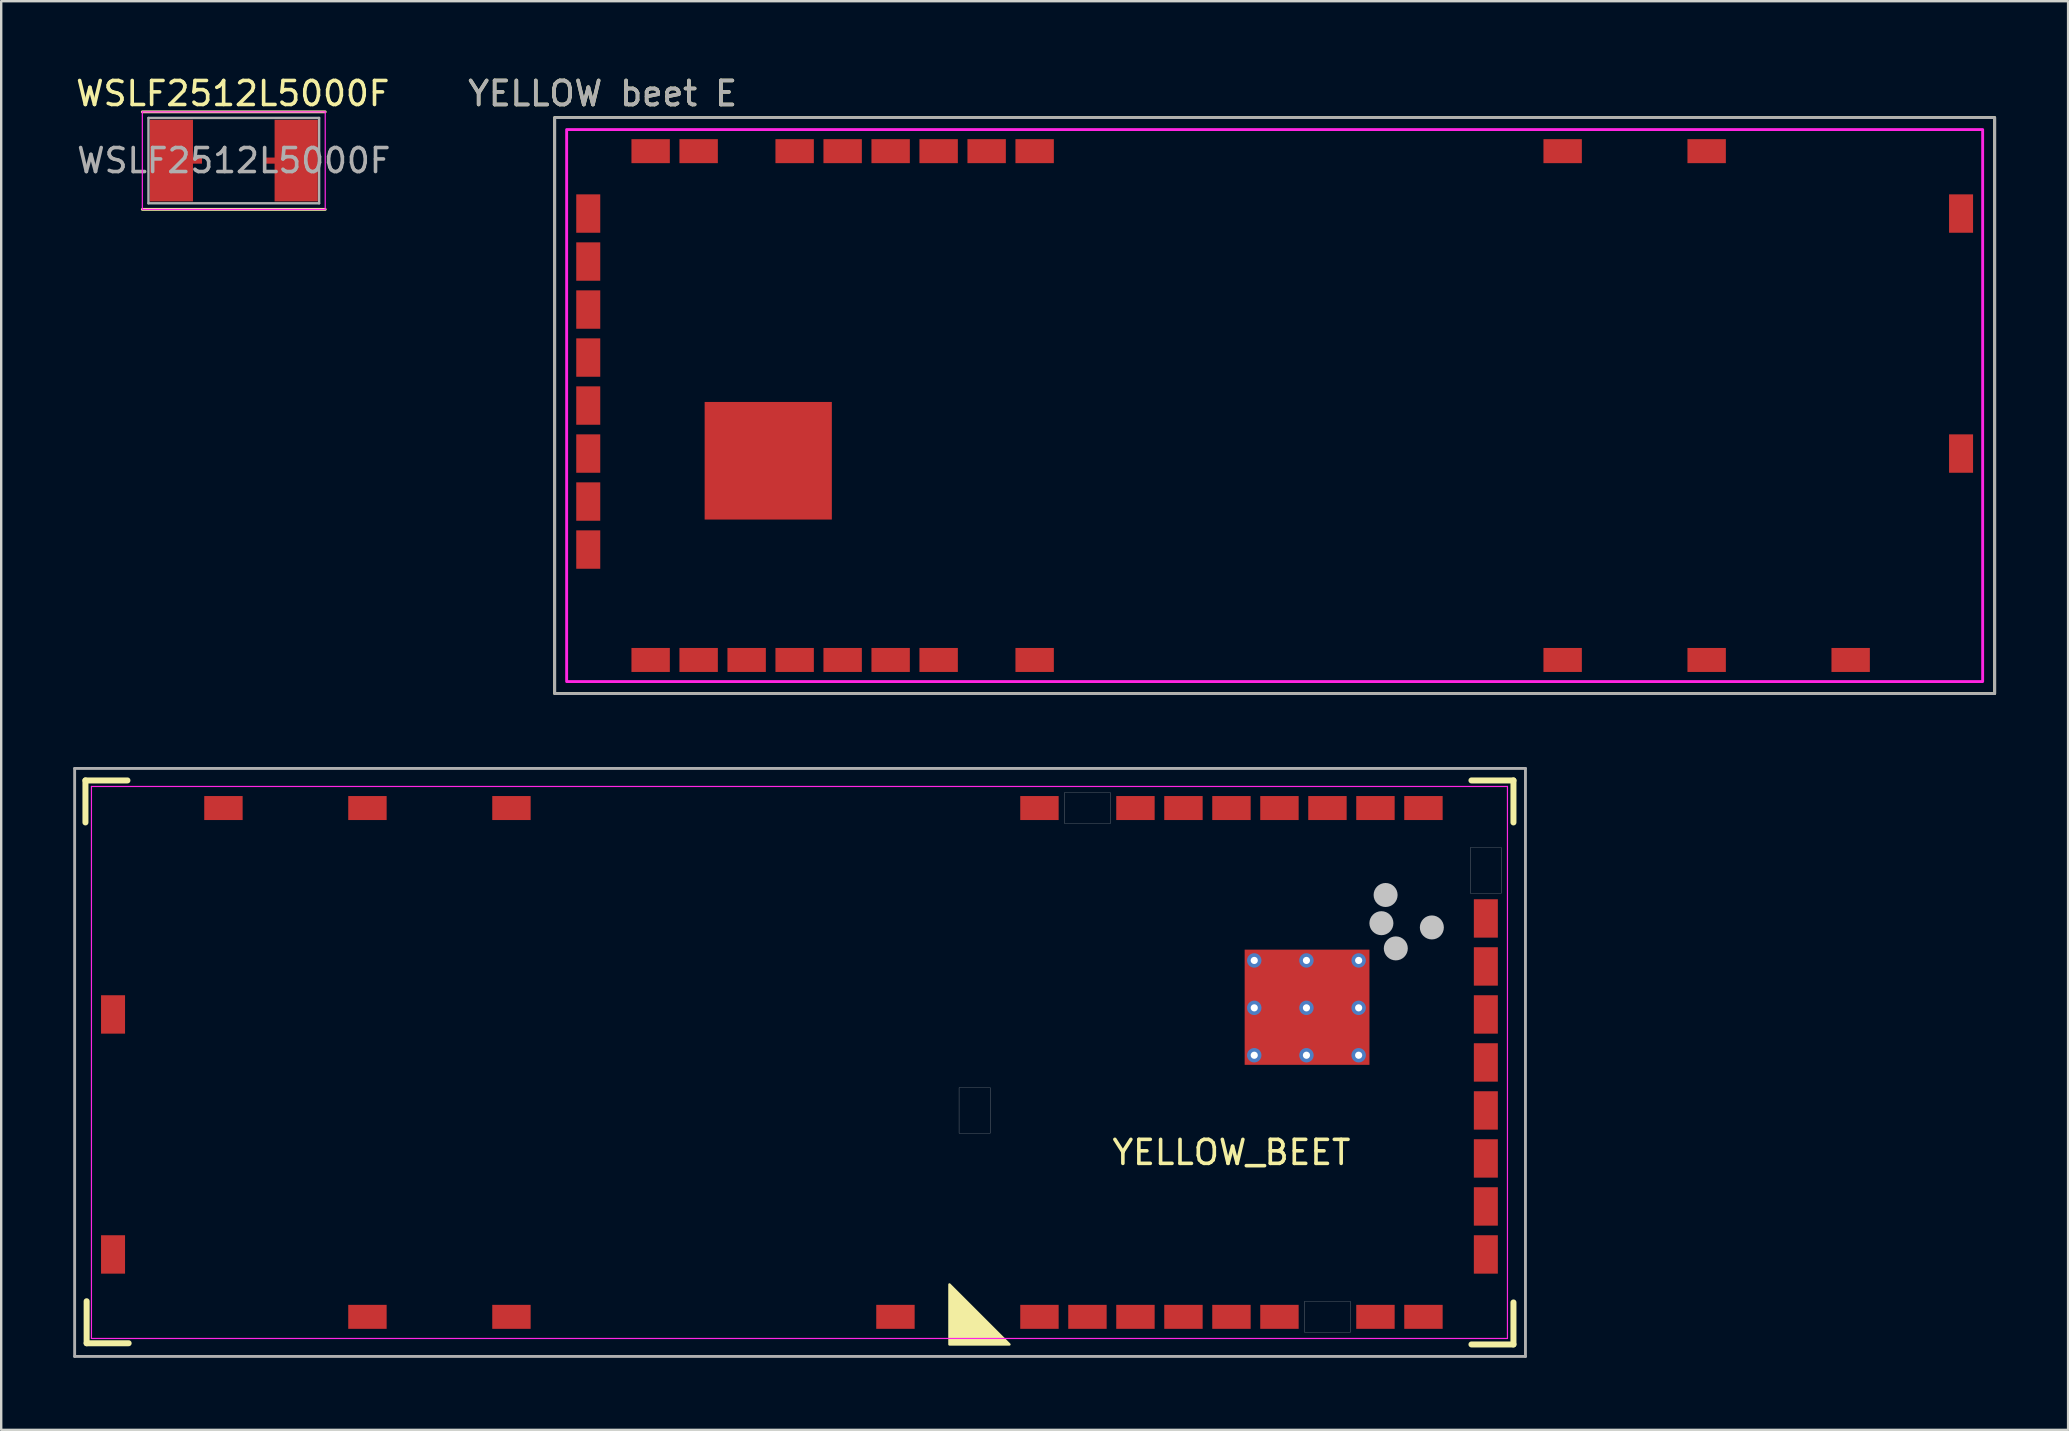
<source format=kicad_pcb>
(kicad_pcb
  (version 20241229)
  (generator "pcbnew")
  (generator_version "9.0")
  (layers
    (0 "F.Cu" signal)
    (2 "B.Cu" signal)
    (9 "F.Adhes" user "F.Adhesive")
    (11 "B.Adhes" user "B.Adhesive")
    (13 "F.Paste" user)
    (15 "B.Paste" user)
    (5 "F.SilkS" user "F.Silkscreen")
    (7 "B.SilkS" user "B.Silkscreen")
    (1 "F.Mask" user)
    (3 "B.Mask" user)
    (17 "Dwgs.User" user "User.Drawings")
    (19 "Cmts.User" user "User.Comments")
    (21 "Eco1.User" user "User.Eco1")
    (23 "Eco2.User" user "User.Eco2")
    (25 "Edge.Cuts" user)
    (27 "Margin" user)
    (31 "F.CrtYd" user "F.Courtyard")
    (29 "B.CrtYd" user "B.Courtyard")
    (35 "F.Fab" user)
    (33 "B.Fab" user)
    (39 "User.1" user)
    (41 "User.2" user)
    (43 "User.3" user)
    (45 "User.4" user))
  (footprint "WSLF2512L5000F"
    (layer "F.Cu")
    (at 6.691 3.642)
    (property "Reference" "WSLF2512L5000F" (at -0.042 -2.794 0) (layer "F.SilkS") (effects (font (size 1 1) (thickness 0.15))))
    (attr smd)
    (fp_line (start -3.81 -2.032) (end 3.81 -2.032) (stroke (width 0.12) (type solid)) (layer "F.SilkS"))
    (fp_line (start -3.81 2.032) (end 3.81 2.032) (stroke (width 0.12) (type solid)) (layer "F.SilkS"))
    (fp_line (start -3.81 -2.032) (end -3.81 2.032) (stroke (width 0.05) (type solid)) (layer "F.CrtYd"))
    (fp_line (start -3.81 -2.032) (end 3.81 -2.032) (stroke (width 0.05) (type solid)) (layer "F.CrtYd"))
    (fp_line (start -3.81 2.032) (end 3.81 2.032) (stroke (width 0.05) (type solid)) (layer "F.CrtYd"))
    (fp_line (start 3.81 -2.032) (end 3.81 2.032) (stroke (width 0.05) (type solid)) (layer "F.CrtYd"))
    (fp_line (start -3.556 -1.778) (end -3.556 1.778) (stroke (width 0.1) (type solid)) (layer "F.Fab"))
    (fp_line (start -3.556 -1.778) (end 3.556 -1.778) (stroke (width 0.1) (type solid)) (layer "F.Fab"))
    (fp_line (start -3.556 1.778) (end 3.556 1.778) (stroke (width 0.1) (type solid)) (layer "F.Fab"))
    (fp_line (start 3.556 -1.778) (end 3.556 1.778) (stroke (width 0.1) (type solid)) (layer "F.Fab"))
    (fp_text user "${REFERENCE}" (at 0 0 0) (layer "F.Fab") (effects (font (size 1 1) (thickness 0.15))))
    (pad "1" smd rect (at -2.6 0) (size 1.8 3.4) (layers "F.Cu" "F.Mask" "F.Paste"))
    (pad "2" smd rect (at -1.7 0) (size 0.75 0.254) (layers "F.Cu" "F.Mask" "F.Paste"))
    (pad "3" smd rect (at 1.7 0) (size 0.75 0.254) (layers "F.Cu" "F.Mask" "F.Paste"))
    (pad "4" smd rect (at 2.6 0) (size 1.8 3.4) (layers "F.Cu" "F.Mask" "F.Paste")))
  (footprint "YELLOW_BEET"
    (layer "F.Cu")
    (at 48.26 41.218)
    (property "Reference" "YELLOW_BEET" (at 0 3.75 0) (layer "F.SilkS") (effects (font (size 1 1) (thickness 0.15))))
    (attr through_hole)
    (fp_line (start -47.75 -11.75) (end -47.75 -10) (stroke (width 0.25) (type solid)) (layer "F.SilkS"))
    (fp_line (start -47.7 9.95) (end -47.7 11.7) (stroke (width 0.25) (type solid)) (layer "F.SilkS"))
    (fp_line (start -47.7 11.7) (end -45.95 11.7) (stroke (width 0.25) (type solid)) (layer "F.SilkS"))
    (fp_line (start -46 -11.75) (end -47.75 -11.75) (stroke (width 0.25) (type solid)) (layer "F.SilkS"))
    (fp_line (start 10 11.75) (end 11.75 11.75) (stroke (width 0.25) (type solid)) (layer "F.SilkS"))
    (fp_line (start 11.75 -11.75) (end 10 -11.75) (stroke (width 0.25) (type solid)) (layer "F.SilkS"))
    (fp_line (start 11.75 -10) (end 11.75 -11.75) (stroke (width 0.25) (type solid)) (layer "F.SilkS"))
    (fp_line (start 11.75 11.75) (end 11.75 10) (stroke (width 0.25) (type solid)) (layer "F.SilkS"))
    (fp_poly (pts (xy -9.25 11.75) (xy -11.75 11.75) (xy -11.75 9.25)) (stroke (width 0.1) (type solid)) (fill yes) (layer "F.SilkS"))
    (fp_poly (pts (xy 2.9 -4.4) (xy 2.9 -2.5) (xy 0.9 -2.5) (xy 0.9 -4.4)) (stroke (width 0.01) (type solid)) (fill yes) (layer "F.Paste"))
    (fp_poly (pts (xy 2.9 -2.1) (xy 2.9 -0.2) (xy 0.9 -0.2) (xy 0.9 -2.1)) (stroke (width 0.01) (type solid)) (fill yes) (layer "F.Paste"))
    (fp_poly (pts (xy 5.3 -4.4) (xy 5.3 -2.5) (xy 3.3 -2.5) (xy 3.3 -4.4)) (stroke (width 0.01) (type solid)) (fill yes) (layer "F.Paste"))
    (fp_poly (pts (xy 5.3 -2.1) (xy 5.3 -0.2) (xy 3.3 -0.2) (xy 3.3 -2.1)) (stroke (width 0.01) (type solid)) (fill yes) (layer "F.Paste"))
    (fp_circle (center 6.248 -5.802) (end 6.498 -5.802) (stroke (width 0.5) (type solid)) (fill no) (layer "Dwgs.User"))
    (fp_circle (center 6.423 -6.977) (end 6.673 -6.977) (stroke (width 0.5) (type solid)) (fill no) (layer "Dwgs.User"))
    (fp_circle (center 6.848 -4.752) (end 7.098 -4.752) (stroke (width 0.5) (type solid)) (fill no) (layer "Dwgs.User"))
    (fp_circle (center 8.35 -5.625) (end 8.6 -5.625) (stroke (width 0.5) (type solid)) (fill no) (layer "Dwgs.User"))
    (fp_poly (pts (xy -10.05 1.05) (xy -10.05 2.95) (xy -11.35 2.95) (xy -11.35 1.05)) (stroke (width 0.01) (type solid)) (fill no) (layer "Dwgs.User"))
    (fp_poly (pts (xy -5.05 -9.95) (xy -6.95 -9.95) (xy -6.95 -11.25) (xy -5.05 -11.25)) (stroke (width 0.01) (type solid)) (fill no) (layer "Dwgs.User"))
    (fp_poly (pts (xy 4.95 11.25) (xy 3.05 11.25) (xy 3.05 9.95) (xy 4.95 9.95)) (stroke (width 0.01) (type solid)) (fill no) (layer "Dwgs.User"))
    (fp_poly (pts (xy 11.25 -8.95) (xy 11.25 -7.05) (xy 9.95 -7.05) (xy 9.95 -8.95)) (stroke (width 0.01) (type solid)) (fill no) (layer "Dwgs.User"))
    (fp_line (start -47.5 -11.5) (end -47.5 11.5) (stroke (width 0.05) (type solid)) (layer "F.CrtYd"))
    (fp_line (start -47.5 11.5) (end 11.5 11.5) (stroke (width 0.05) (type solid)) (layer "F.CrtYd"))
    (fp_line (start 11.5 -11.5) (end -47.5 -11.5) (stroke (width 0.05) (type solid)) (layer "F.CrtYd"))
    (fp_line (start 11.5 11.5) (end 11.5 -11.5) (stroke (width 0.05) (type solid)) (layer "F.CrtYd"))
    (fp_line (start -48.2 -12.25) (end -48.2 12.25) (stroke (width 0.12) (type solid)) (layer "F.Fab"))
    (fp_line (start -48.2 12.25) (end 12.25 12.25) (stroke (width 0.12) (type solid)) (layer "F.Fab"))
    (fp_line (start 12.25 -12.25) (end -48.2 -12.25) (stroke (width 0.12) (type solid)) (layer "F.Fab"))
    (fp_line (start 12.25 12.25) (end 12.25 -12.25) (stroke (width 0.12) (type solid)) (layer "F.Fab"))
    (pad "1" smd rect (at -8 10.6) (size 1.6 1) (layers "F.Cu" "F.Mask" "F.Paste"))
    (pad "2" smd rect (at -6 10.6) (size 1.6 1) (layers "F.Cu" "F.Mask" "F.Paste"))
    (pad "3" smd rect (at -4 10.6) (size 1.6 1) (layers "F.Cu" "F.Mask" "F.Paste"))
    (pad "4" smd rect (at -2 10.6) (size 1.6 1) (layers "F.Cu" "F.Mask" "F.Paste"))
    (pad "5" smd rect (at 0 10.6) (size 1.6 1) (layers "F.Cu" "F.Mask" "F.Paste"))
    (pad "6" smd rect (at 2 10.6) (size 1.6 1) (layers "F.Cu" "F.Mask" "F.Paste"))
    (pad "7" smd rect (at 6 10.6) (size 1.6 1) (layers "F.Cu" "F.Mask" "F.Paste"))
    (pad "8" smd rect (at 8 10.6) (size 1.6 1) (layers "F.Cu" "F.Mask" "F.Paste"))
    (pad "9" smd rect (at 10.6 8) (size 1 1.6) (layers "F.Cu" "F.Mask" "F.Paste"))
    (pad "10" smd rect (at 10.6 6) (size 1 1.6) (layers "F.Cu" "F.Mask" "F.Paste"))
    (pad "11" smd rect (at 10.6 4) (size 1 1.6) (layers "F.Cu" "F.Mask" "F.Paste"))
    (pad "12" smd rect (at 10.6 2) (size 1 1.6) (layers "F.Cu" "F.Mask" "F.Paste"))
    (pad "13" smd rect (at 10.6 0) (size 1 1.6) (layers "F.Cu" "F.Mask" "F.Paste"))
    (pad "14" smd rect (at 10.6 -2) (size 1 1.6) (layers "F.Cu" "F.Mask" "F.Paste"))
    (pad "15" smd rect (at 10.6 -4) (size 1 1.6) (layers "F.Cu" "F.Mask" "F.Paste"))
    (pad "16" smd rect (at 10.6 -6) (size 1 1.6) (layers "F.Cu" "F.Mask" "F.Paste"))
    (pad "17" smd rect (at 8 -10.6) (size 1.6 1) (layers "F.Cu" "F.Mask" "F.Paste"))
    (pad "18" smd rect (at 6 -10.6) (size 1.6 1) (layers "F.Cu" "F.Mask" "F.Paste"))
    (pad "19" smd rect (at 4 -10.6) (size 1.6 1) (layers "F.Cu" "F.Mask" "F.Paste"))
    (pad "20" smd rect (at 2 -10.6) (size 1.6 1) (layers "F.Cu" "F.Mask" "F.Paste"))
    (pad "21" smd rect (at 0 -10.6) (size 1.6 1) (layers "F.Cu" "F.Mask" "F.Paste"))
    (pad "22" smd rect (at -2 -10.6) (size 1.6 1) (layers "F.Cu" "F.Mask" "F.Paste"))
    (pad "23" smd rect (at -4 -10.6) (size 1.6 1) (layers "F.Cu" "F.Mask" "F.Paste"))
    (pad "24" smd rect (at -8 -10.6) (size 1.6 1) (layers "F.Cu" "F.Mask" "F.Paste"))
    (pad "25" smd rect (at -30 -10.6) (size 1.6 1) (layers "F.Cu" "F.Mask" "F.Paste"))
    (pad "26" smd rect (at -36 -10.6) (size 1.6 1) (layers "F.Cu" "F.Mask" "F.Paste"))
    (pad "27" smd rect (at -42 -10.6) (size 1.6 1) (layers "F.Cu" "F.Mask" "F.Paste"))
    (pad "28" smd rect (at -46.6 -2) (size 1 1.6) (layers "F.Cu" "F.Mask" "F.Paste"))
    (pad "29" smd rect (at -46.6 8) (size 1 1.6) (layers "F.Cu" "F.Mask" "F.Paste"))
    (pad "30" smd rect (at -36 10.6) (size 1.6 1) (layers "F.Cu" "F.Mask" "F.Paste"))
    (pad "31" smd rect (at -30 10.6) (size 1.6 1) (layers "F.Cu" "F.Mask" "F.Paste"))
    (pad "32" smd rect (at -14 10.6) (size 1.6 1) (layers "F.Cu" "F.Mask" "F.Paste"))
    (pad "33" thru_hole circle (at 0.95 -4.25) (size 0.6 0.6) (drill 0.3) (layers "*.Cu" "*.Mask"))
    (pad "33" thru_hole circle (at 0.95 -2.275) (size 0.6 0.6) (drill 0.3) (layers "*.Cu" "*.Mask"))
    (pad "33" thru_hole circle (at 0.95 -0.3) (size 0.6 0.6) (drill 0.3) (layers "*.Cu" "*.Mask"))
    (pad "33" thru_hole circle (at 3.125 -4.25) (size 0.6 0.6) (drill 0.3) (layers "*.Cu" "*.Mask"))
    (pad "33" thru_hole circle (at 3.125 -2.275) (size 0.6 0.6) (drill 0.3) (layers "*.Cu" "*.Mask"))
    (pad "33" thru_hole circle (at 3.125 -0.3) (size 0.6 0.6) (drill 0.3) (layers "*.Cu" "*.Mask"))
    (pad "33" smd rect (at 3.15 -2.3) (size 5.2 4.8) (layers "*.Mask" "F.Cu"))
    (pad "33" thru_hole circle (at 5.3 -4.25) (size 0.6 0.6) (drill 0.3) (layers "*.Cu" "*.Mask"))
    (pad "33" thru_hole circle (at 5.3 -2.275) (size 0.6 0.6) (drill 0.3) (layers "*.Cu" "*.Mask"))
    (pad "33" thru_hole circle (at 5.3 -0.3) (size 0.6 0.6) (drill 0.3) (layers "*.Cu" "*.Mask")))
  (footprint "YELLOW beet E"
    (layer "F.Cu")
    (at 20.56 2.348)
    (property "Reference" "YELLOW beet E" (at 1.5 -1.5 0) (unlocked yes) (layer "F.SilkS") (effects (font (size 1 1) (thickness 0.15))))
    (attr smd)
    (fp_rect (start -0.5 -0.5) (end 59.5 23.5) (stroke (width 0.12) (type solid)) (fill no) (layer "F.SilkS"))
    (fp_rect (start 5.75 11.35) (end 8.2 13.6) (stroke (width 0) (type solid)) (fill yes) (layer "F.Paste"))
    (fp_rect (start 5.75 14) (end 8.2 16.24) (stroke (width 0) (type solid)) (fill yes) (layer "F.Paste"))
    (fp_rect (start 8.6 11.35) (end 11.05 13.6) (stroke (width 0) (type solid)) (fill yes) (layer "F.Paste"))
    (fp_rect (start 8.6 14) (end 11.05 16.24) (stroke (width 0) (type solid)) (fill yes) (layer "F.Paste"))
    (fp_rect (start 0 0) (end 59 23) (stroke (width 0.12) (type solid)) (fill no) (layer "F.CrtYd"))
    (fp_rect (start -0.5 -0.5) (end 59.5 23.5) (stroke (width 0.12) (type solid)) (fill no) (layer "F.Fab"))
    (fp_text user "${REFERENCE}" (at 1.5 -1.5 0) (unlocked yes) (layer "F.Fab") (effects (font (size 1 1) (thickness 0.15))))
    (pad "1" smd rect (at 19.5 0.9 180) (size 1.6 1) (layers "F.Cu" "F.Mask" "F.Paste"))
    (pad "2" smd rect (at 17.5 0.9 180) (size 1.6 1) (layers "F.Cu" "F.Mask" "F.Paste"))
    (pad "3" smd rect (at 15.5 0.9 180) (size 1.6 1) (layers "F.Cu" "F.Mask" "F.Paste"))
    (pad "4" smd rect (at 13.5 0.9 180) (size 1.6 1) (layers "F.Cu" "F.Mask" "F.Paste"))
    (pad "5" smd rect (at 11.5 0.9 180) (size 1.6 1) (layers "F.Cu" "F.Mask" "F.Paste"))
    (pad "6" smd rect (at 9.5 0.9 180) (size 1.6 1) (layers "F.Cu" "F.Mask" "F.Paste"))
    (pad "7" smd rect (at 5.5 0.9 180) (size 1.6 1) (layers "F.Cu" "F.Mask" "F.Paste"))
    (pad "8" smd rect (at 3.5 0.9 180) (size 1.6 1) (layers "F.Cu" "F.Mask" "F.Paste"))
    (pad "9" smd rect (at 0.9 3.5 90) (size 1.6 1) (layers "F.Cu" "F.Mask" "F.Paste"))
    (pad "10" smd rect (at 0.9 5.5 90) (size 1.6 1) (layers "F.Cu" "F.Mask" "F.Paste"))
    (pad "11" smd rect (at 0.9 7.5 90) (size 1.6 1) (layers "F.Cu" "F.Mask" "F.Paste"))
    (pad "12" smd rect (at 0.9 9.5 90) (size 1.6 1) (layers "F.Cu" "F.Mask" "F.Paste"))
    (pad "13" smd rect (at 0.9 11.5 90) (size 1.6 1) (layers "F.Cu" "F.Mask" "F.Paste"))
    (pad "14" smd rect (at 0.9 13.5 90) (size 1.6 1) (layers "F.Cu" "F.Mask" "F.Paste"))
    (pad "15" smd rect (at 0.9 15.5 90) (size 1.6 1) (layers "F.Cu" "F.Mask" "F.Paste"))
    (pad "16" smd rect (at 0.9 17.5 90) (size 1.6 1) (layers "F.Cu" "F.Mask" "F.Paste"))
    (pad "17" smd rect (at 3.5 22.1 180) (size 1.6 1) (layers "F.Cu" "F.Mask" "F.Paste"))
    (pad "18" smd rect (at 5.5 22.1 180) (size 1.6 1) (layers "F.Cu" "F.Mask" "F.Paste"))
    (pad "19" smd rect (at 7.5 22.1 180) (size 1.6 1) (layers "F.Cu" "F.Mask" "F.Paste"))
    (pad "20" smd rect (at 9.5 22.1 180) (size 1.6 1) (layers "F.Cu" "F.Mask" "F.Paste"))
    (pad "21" smd rect (at 11.5 22.1 180) (size 1.6 1) (layers "F.Cu" "F.Mask" "F.Paste"))
    (pad "22" smd rect (at 13.5 22.1 180) (size 1.6 1) (layers "F.Cu" "F.Mask" "F.Paste"))
    (pad "23" smd rect (at 15.5 22.1 180) (size 1.6 1) (layers "F.Cu" "F.Mask" "F.Paste"))
    (pad "24" smd rect (at 19.5 22.1 180) (size 1.6 1) (layers "F.Cu" "F.Mask" "F.Paste"))
    (pad "25" smd rect (at 41.5 22.1 180) (size 1.6 1) (layers "F.Cu" "F.Mask" "F.Paste"))
    (pad "26" smd rect (at 47.5 22.1 180) (size 1.6 1) (layers "F.Cu" "F.Mask" "F.Paste"))
    (pad "27" smd rect (at 53.5 22.1 180) (size 1.6 1) (layers "F.Cu" "F.Mask" "F.Paste"))
    (pad "28" smd rect (at 58.1 13.5 270) (size 1.6 1) (layers "F.Cu" "F.Mask" "F.Paste"))
    (pad "29" smd rect (at 58.1 3.5 270) (size 1.6 1) (layers "F.Cu" "F.Mask" "F.Paste"))
    (pad "30" smd rect (at 47.5 0.9 180) (size 1.6 1) (layers "F.Cu" "F.Mask" "F.Paste"))
    (pad "31" smd rect (at 41.5 0.9 180) (size 1.6 1) (layers "F.Cu" "F.Mask" "F.Paste"))
    (pad "32" smd rect (at 8.4 13.8 180) (size 5.3 4.9) (layers "F.Cu" "F.Mask"))
    (zone (net_name "") (layers "F.Cu" "F.SilkS") (hatch edge 0.508) (connect_pads) (min_thickness 0.254) (filled_areas_thickness no) (keepout (tracks not_allowed) (vias not_allowed) (pads not_allowed) (copperpour not_allowed) (footprints allowed)) (placement (enabled no)) (fill) (polygon (pts (xy 20.81 20.848) (xy 22.11 20.848) (xy 22.11 22.748) (xy 20.81 22.748))))
    (zone (net_name "") (layers "F.Cu" "F.SilkS") (hatch edge 0.508) (connect_pads) (min_thickness 0.254) (filled_areas_thickness no) (keepout (tracks not_allowed) (vias not_allowed) (pads not_allowed) (copperpour not_allowed) (footprints allowed)) (placement (enabled no)) (fill) (polygon (pts (xy 23.06 17.998) (xy 26.26 17.998) (xy 26.26 21.298) (xy 23.06 21.298))))
    (zone (net_name "") (layers "F.Cu" "F.SilkS") (hatch edge 0.508) (connect_pads) (min_thickness 0.254) (filled_areas_thickness no) (keepout (tracks not_allowed) (vias not_allowed) (pads not_allowed) (copperpour not_allowed) (footprints allowed)) (placement (enabled no)) (fill) (polygon (pts (xy 29.01 2.598) (xy 29.01 3.898) (xy 27.11 3.898) (xy 27.11 2.598))))
    (zone (net_name "") (layers "F.Cu" "F.SilkS") (hatch edge 0.508) (connect_pads) (min_thickness 0.254) (filled_areas_thickness no) (keepout (tracks not_allowed) (vias not_allowed) (pads not_allowed) (copperpour not_allowed) (footprints allowed)) (placement (enabled no)) (fill) (polygon (pts (xy 37.11 25.098) (xy 37.11 23.798) (xy 39.01 23.798) (xy 39.01 25.098))))
    (zone (net_name "") (layers "F.Cu" "F.SilkS") (hatch edge 0.508) (connect_pads) (min_thickness 0.254) (filled_areas_thickness no) (keepout (tracks not_allowed) (vias not_allowed) (pads not_allowed) (copperpour not_allowed) (footprints allowed)) (placement (enabled no)) (fill) (polygon (pts (xy 42.21 10.898) (xy 43.51 10.898) (xy 43.51 12.798) (xy 42.21 12.798))))
    (zone (net_name "") (layers "F.Cu" "F.SilkS") (hatch edge 0.508) (connect_pads) (min_thickness 0.254) (filled_areas_thickness no) (keepout (tracks not_allowed) (vias not_allowed) (pads not_allowed) (copperpour not_allowed) (footprints allowed)) (placement (enabled no)) (fill) (polygon (pts (xy 69.56 2.348) (xy 69.56 4.348) (xy 66.56 4.348) (xy 66.56 2.348) (xy 63.56 2.348) (xy 63.56 4.348) (xy 60.56 4.348) (xy 60.56 2.348) (xy 43.81 2.348) (xy 43.81 25.348) (xy 60.56 25.348) (xy 60.56 23.348) (xy 63.56 23.348) (xy 63.56 25.348) (xy 66.56 25.348) (xy 66.56 23.348) (xy 69.56 23.348) (xy 69.56 25.348) (xy 72.56 25.348) (xy 72.56 23.348) (xy 75.56 23.348) (xy 75.56 25.348) (xy 79.56 25.348) (xy 79.56 17.348) (xy 77.56 17.348) (xy 77.56 14.348) (xy 79.56 14.348) (xy 79.56 7.348) (xy 77.56 7.348) (xy 77.56 4.348) (xy 79.56 4.348) (xy 79.56 2.348)))))
  (gr_rect
    (start -3 -3)
    (end 83.12 56.528)
    (stroke (width 0.1) (type default))
    (fill no)
    (layer "Edge.Cuts")))
</source>
